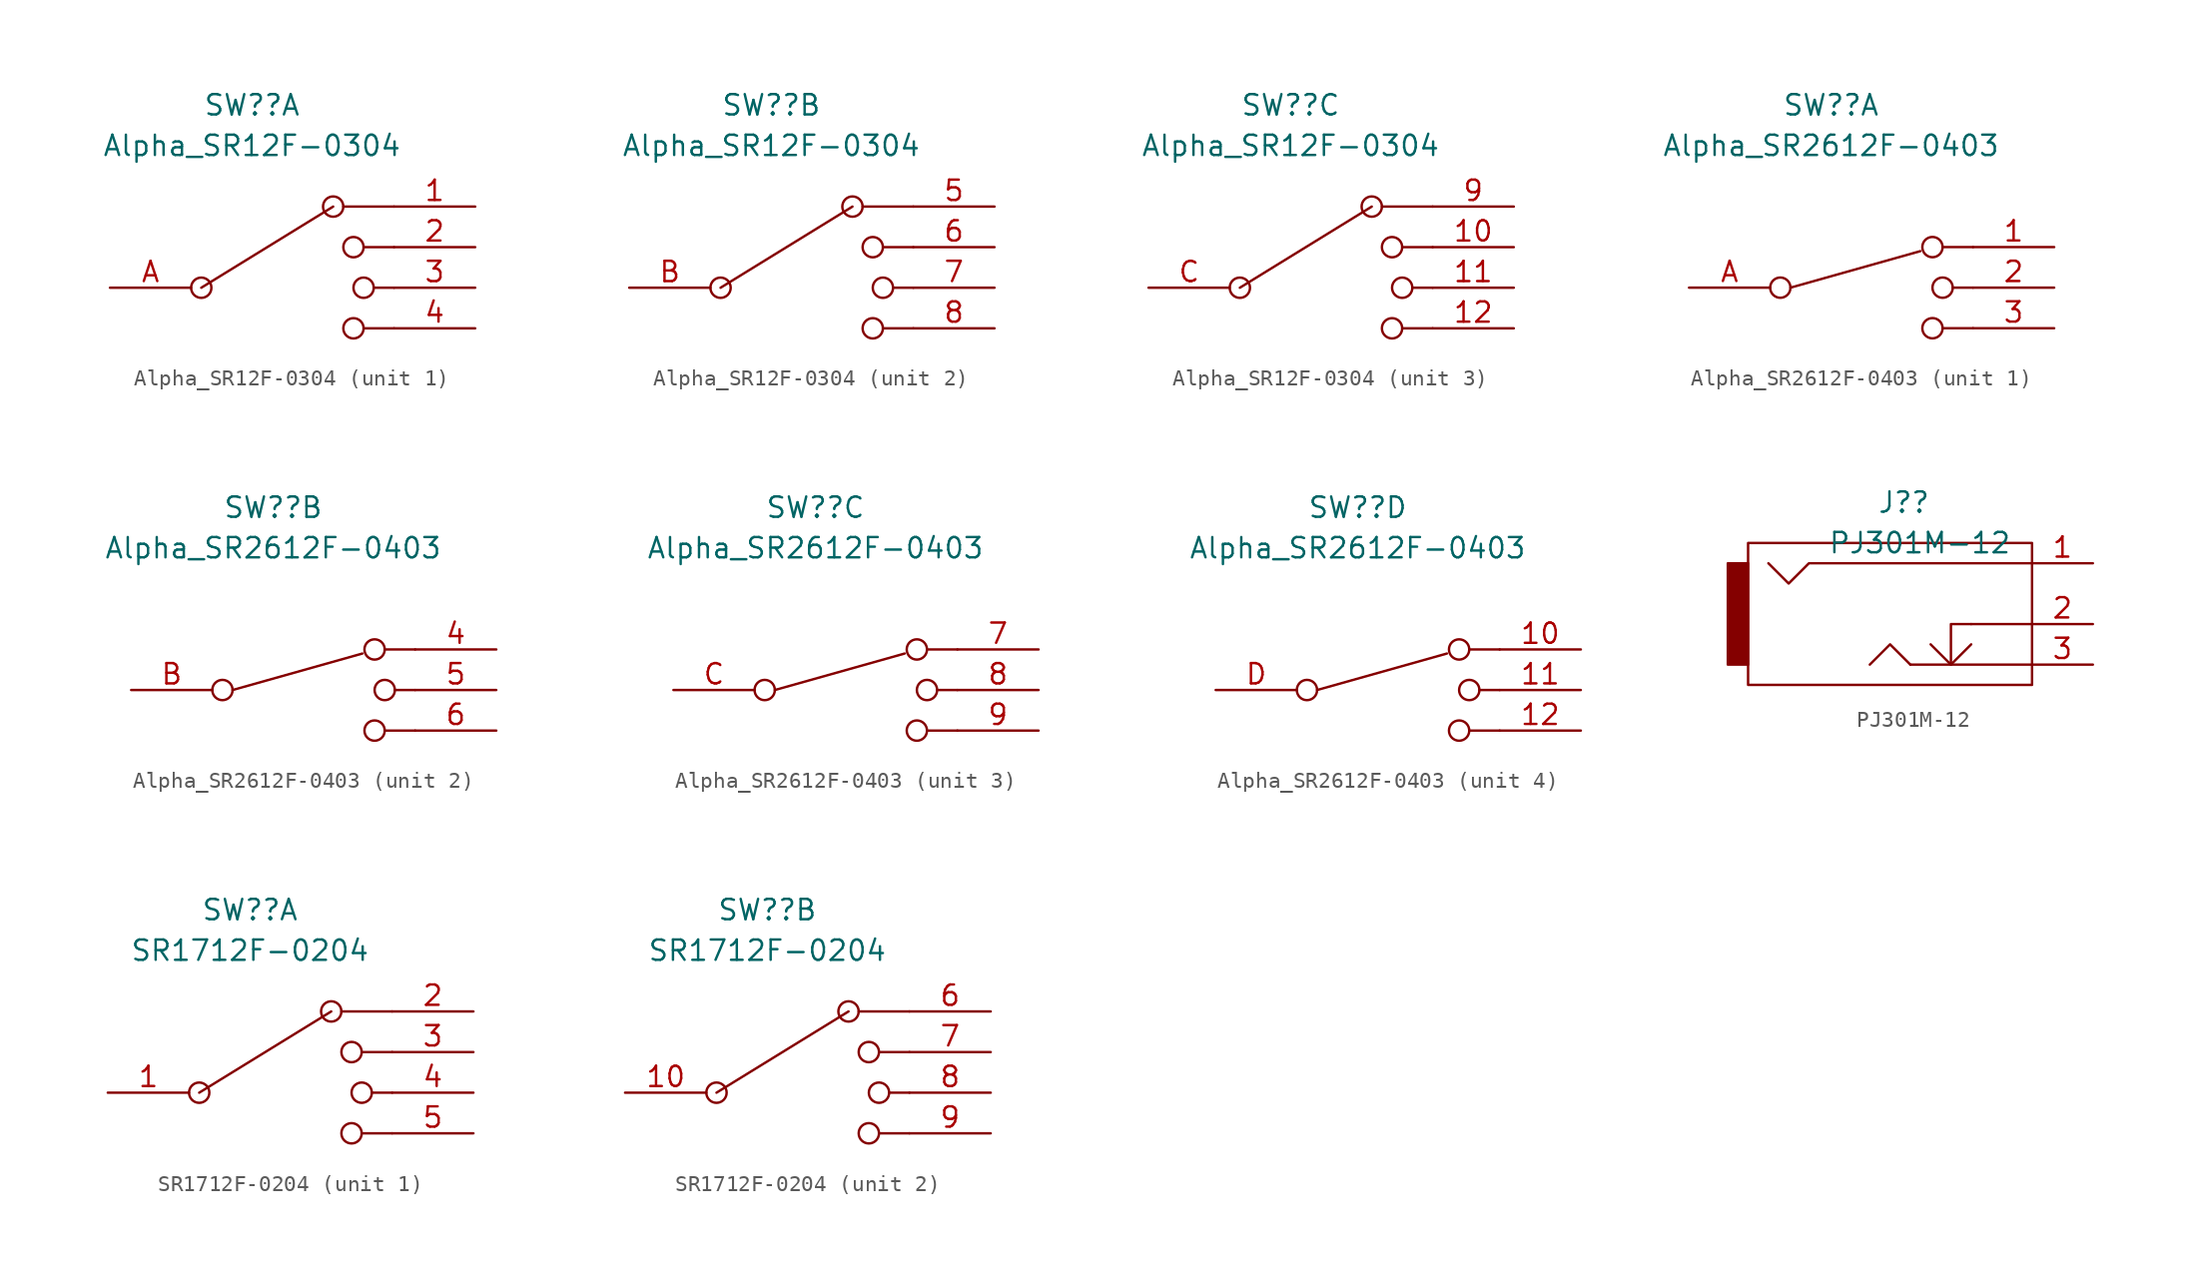
<source format=kicad_sym>
(kicad_symbol_lib
  (version 20211014)
  (generator kicad_symbol_editor)
  (symbol "Alpha_SR12F-0304"
    (pin_names
      (offset 1.016) hide)
    (property "Reference" "SW?"
      (at -1.27 11.43 0)
      (effects (font (size 1.27 1.27))))
    (property "Value" "Alpha_SR12F-0304"
      (at -1.27 8.89 0)
      (effects (font (size 1.27 1.27))))
    (property "ki_locked" ""
      (at 0 0 0)
      (effects (font (size 1.27 1.27))))
    (symbol "Alpha_SR12F-0304_0_0"
      (circle (center -4.445 0) (radius 0.635) (stroke (width 0) (type default) (color 0 0 0 0)) (fill (type none)))
      (polyline (pts (xy -4.445 0) (xy 3.81 5.08)) (stroke (width 0) (type default) (color 0 0 0 0)) (fill (type none)))
      (polyline (pts (xy 4.445 5.08) (xy 7.62 5.08)) (stroke (width 0) (type default) (color 0 0 0 0)) (fill (type none)))
      (polyline (pts (xy 5.715 -2.54) (xy 7.62 -2.54)) (stroke (width 0) (type default) (color 0 0 0 0)) (fill (type none)))
      (polyline (pts (xy 5.715 2.54) (xy 7.62 2.54)) (stroke (width 0) (type default) (color 0 0 0 0)) (fill (type none)))
      (polyline (pts (xy 6.35 0) (xy 7.62 0)) (stroke (width 0) (type default) (color 0 0 0 0)) (fill (type none)))
      (circle (center 3.81 5.08) (radius 0.635) (stroke (width 0) (type default) (color 0 0 0 0)) (fill (type none)))
      (circle (center 5.08 -2.54) (radius 0.635) (stroke (width 0) (type default) (color 0 0 0 0)) (fill (type none)))
      (circle (center 5.08 2.54) (radius 0.635) (stroke (width 0) (type default) (color 0 0 0 0)) (fill (type none)))
      (circle (center 5.715 0) (radius 0.635) (stroke (width 0) (type default) (color 0 0 0 0)) (fill (type none))))
    (symbol "Alpha_SR12F-0304_1_1"
      (pin passive line (at 12.7 5.08 180) (length 5.08) (name "1" (effects (font (size 1.27 1.27)))) (number "1" (effects (font (size 1.27 1.27)))))
      (pin passive line (at 12.7 2.54 180) (length 5.08) (name "2" (effects (font (size 1.27 1.27)))) (number "2" (effects (font (size 1.27 1.27)))))
      (pin passive line (at 12.7 0 180) (length 5.08) (name "3" (effects (font (size 1.27 1.27)))) (number "3" (effects (font (size 1.27 1.27)))))
      (pin passive line (at 12.7 -2.54 180) (length 5.08) (name "4" (effects (font (size 1.27 1.27)))) (number "4" (effects (font (size 1.27 1.27)))))
      (pin passive line (at -10.16 0 0) (length 5.08) (name "13" (effects (font (size 1.27 1.27)))) (number "A" (effects (font (size 1.27 1.27))))))
    (symbol "Alpha_SR12F-0304_2_1"
      (pin passive line (at 12.7 5.08 180) (length 5.08) (name "5" (effects (font (size 1.27 1.27)))) (number "5" (effects (font (size 1.27 1.27)))))
      (pin passive line (at 12.7 2.54 180) (length 5.08) (name "6" (effects (font (size 1.27 1.27)))) (number "6" (effects (font (size 1.27 1.27)))))
      (pin passive line (at 12.7 0 180) (length 5.08) (name "7" (effects (font (size 1.27 1.27)))) (number "7" (effects (font (size 1.27 1.27)))))
      (pin passive line (at 12.7 -2.54 180) (length 5.08) (name "8" (effects (font (size 1.27 1.27)))) (number "8" (effects (font (size 1.27 1.27)))))
      (pin passive line (at -10.16 0 0) (length 5.08) (name "14" (effects (font (size 1.27 1.27)))) (number "B" (effects (font (size 1.27 1.27))))))
    (symbol "Alpha_SR12F-0304_3_1"
      (pin passive line (at 12.7 2.54 180) (length 5.08) (name "10" (effects (font (size 1.27 1.27)))) (number "10" (effects (font (size 1.27 1.27)))))
      (pin passive line (at 12.7 0 180) (length 5.08) (name "11" (effects (font (size 1.27 1.27)))) (number "11" (effects (font (size 1.27 1.27)))))
      (pin passive line (at 12.7 -2.54 180) (length 5.08) (name "12" (effects (font (size 1.27 1.27)))) (number "12" (effects (font (size 1.27 1.27)))))
      (pin passive line (at 12.7 5.08 180) (length 5.08) (name "9" (effects (font (size 1.27 1.27)))) (number "9" (effects (font (size 1.27 1.27)))))
      (pin passive line (at -10.16 0 0) (length 5.08) (name "15" (effects (font (size 1.27 1.27)))) (number "C" (effects (font (size 1.27 1.27)))))))
  (symbol "Alpha_SR2612F-0403"
    (pin_names
      (offset 1.016) hide)
    (property "Reference" "SW?"
      (at -1.27 11.43 0)
      (effects (font (size 1.27 1.27))))
    (property "Value" "Alpha_SR2612F-0403"
      (at -1.27 8.89 0)
      (effects (font (size 1.27 1.27))))
    (property "ki_locked" ""
      (at 0 0 0)
      (effects (font (size 1.27 1.27))))
    (symbol "Alpha_SR2612F-0403_0_0"
      (circle (center -4.445 0) (radius 0.635) (stroke (width 0) (type default) (color 0 0 0 0)) (fill (type none)))
      (polyline (pts (xy 5.715 -2.54) (xy 7.62 -2.54)) (stroke (width 0) (type default) (color 0 0 0 0)) (fill (type none)))
      (polyline (pts (xy 5.715 2.54) (xy 7.62 2.54)) (stroke (width 0) (type default) (color 0 0 0 0)) (fill (type none)))
      (polyline (pts (xy 6.35 0) (xy 7.62 0)) (stroke (width 0) (type default) (color 0 0 0 0)) (fill (type none)))
      (circle (center 5.08 -2.54) (radius 0.635) (stroke (width 0) (type default) (color 0 0 0 0)) (fill (type none)))
      (circle (center 5.08 2.54) (radius 0.635) (stroke (width 0) (type default) (color 0 0 0 0)) (fill (type none)))
      (circle (center 5.715 0) (radius 0.635) (stroke (width 0) (type default) (color 0 0 0 0)) (fill (type none))))
    (symbol "Alpha_SR2612F-0403_0_1"
      (polyline (pts (xy -3.81 0) (xy 4.318 2.286)) (stroke (width 0) (type default) (color 0 0 0 0)) (fill (type none))))
    (symbol "Alpha_SR2612F-0403_1_1"
      (pin passive line (at 12.7 2.54 180) (length 5.08) (name "1" (effects (font (size 1.27 1.27)))) (number "1" (effects (font (size 1.27 1.27)))))
      (pin passive line (at 12.7 0 180) (length 5.08) (name "2" (effects (font (size 1.27 1.27)))) (number "2" (effects (font (size 1.27 1.27)))))
      (pin passive line (at 12.7 -2.54 180) (length 5.08) (name "3" (effects (font (size 1.27 1.27)))) (number "3" (effects (font (size 1.27 1.27)))))
      (pin passive line (at -10.16 0 0) (length 5.08) (name "13" (effects (font (size 1.27 1.27)))) (number "A" (effects (font (size 1.27 1.27))))))
    (symbol "Alpha_SR2612F-0403_2_1"
      (pin passive line (at 12.7 2.54 180) (length 5.08) (name "4" (effects (font (size 1.27 1.27)))) (number "4" (effects (font (size 1.27 1.27)))))
      (pin passive line (at 12.7 0 180) (length 5.08) (name "5" (effects (font (size 1.27 1.27)))) (number "5" (effects (font (size 1.27 1.27)))))
      (pin passive line (at 12.7 -2.54 180) (length 5.08) (name "6" (effects (font (size 1.27 1.27)))) (number "6" (effects (font (size 1.27 1.27)))))
      (pin passive line (at -10.16 0 0) (length 5.08) (name "14" (effects (font (size 1.27 1.27)))) (number "B" (effects (font (size 1.27 1.27))))))
    (symbol "Alpha_SR2612F-0403_3_1"
      (pin passive line (at 12.7 2.54 180) (length 5.08) (name "7" (effects (font (size 1.27 1.27)))) (number "7" (effects (font (size 1.27 1.27)))))
      (pin passive line (at 12.7 0 180) (length 5.08) (name "8" (effects (font (size 1.27 1.27)))) (number "8" (effects (font (size 1.27 1.27)))))
      (pin passive line (at 12.7 -2.54 180) (length 5.08) (name "9" (effects (font (size 1.27 1.27)))) (number "9" (effects (font (size 1.27 1.27)))))
      (pin passive line (at -10.16 0 0) (length 5.08) (name "15" (effects (font (size 1.27 1.27)))) (number "C" (effects (font (size 1.27 1.27))))))
    (symbol "Alpha_SR2612F-0403_4_1"
      (pin passive line (at 12.7 2.54 180) (length 5.08) (name "10" (effects (font (size 1.27 1.27)))) (number "10" (effects (font (size 1.27 1.27)))))
      (pin passive line (at 12.7 0 180) (length 5.08) (name "11" (effects (font (size 1.27 1.27)))) (number "11" (effects (font (size 1.27 1.27)))))
      (pin passive line (at 12.7 -2.54 180) (length 5.08) (name "12" (effects (font (size 1.27 1.27)))) (number "12" (effects (font (size 1.27 1.27)))))
      (pin passive line (at -10.16 0 0) (length 5.08) (name "13" (effects (font (size 1.27 1.27)))) (number "D" (effects (font (size 1.27 1.27)))))))
  (symbol "PJ301M-12"
    (pin_names
      (offset 1.016))
    (property "Reference" "J?"
      (at 1.27 7.62 0)
      (effects (font (size 1.27 1.27)) (justify right)))
    (property "Value" "PJ301M-12"
      (at 6.35 5.08 0)
      (effects (font (size 1.27 1.27)) (justify right)))
    (property "Datasheet" ""
      (at 0 0 0)
      (effects (font (size 1.27 1.27))))
    (symbol "PJ301M-12_0_1"
      (rectangle (start -11.43 3.81) (end -10.16 -2.54) (stroke (width 0) (type default) (color 0 0 0 0)) (fill (type outline)))
      (polyline (pts (xy 3.81 0) (xy 7.62 0) (xy 7.62 0)) (stroke (width 0) (type default) (color 0 0 0 0)) (fill (type none)))
      (polyline (pts (xy 0 -2.54) (xy -1.27 -1.27) (xy -2.54 -2.54) (xy -2.54 -2.54)) (stroke (width 0) (type default) (color 0 0 0 0)) (fill (type none)))
      (polyline (pts (xy 0 -2.54) (xy 7.62 -2.54) (xy 7.62 -2.54) (xy 7.62 -2.54)) (stroke (width 0) (type default) (color 0 0 0 0)) (fill (type none)))
      (polyline (pts (xy 1.27 -1.27) (xy 2.54 -2.54) (xy 3.81 -1.27) (xy 3.81 -1.27)) (stroke (width 0) (type default) (color 0 0 0 0)) (fill (type none)))
      (polyline (pts (xy 3.81 0) (xy 2.54 0) (xy 2.54 -2.54) (xy 2.54 -2.54)) (stroke (width 0) (type default) (color 0 0 0 0)) (fill (type none)))
      (polyline (pts (xy 7.62 3.81) (xy -6.35 3.81) (xy -7.62 2.54) (xy -8.89 3.81) (xy -8.89 3.81)) (stroke (width 0) (type default) (color 0 0 0 0)) (fill (type none)))
      (rectangle (start 7.62 -3.81) (end -10.16 5.08) (stroke (width 0) (type default) (color 0 0 0 0)) (fill (type none))))
    (symbol "PJ301M-12_1_1"
      (pin passive line (at 11.43 3.81 180) (length 3.81) (name "~" (effects (font (size 1.27 1.27)))) (number "1" (effects (font (size 1.27 1.27)))))
      (pin passive line (at 11.43 0 180) (length 3.81) (name "~" (effects (font (size 1.27 1.27)))) (number "2" (effects (font (size 1.27 1.27)))))
      (pin passive line (at 11.43 -2.54 180) (length 3.81) (name "~" (effects (font (size 1.27 1.27)))) (number "3" (effects (font (size 1.27 1.27)))))))
  (symbol "SR1712F-0204"
    (pin_names
      (offset 1.016) hide)
    (property "Reference" "SW?"
      (at -1.27 11.43 0)
      (effects (font (size 1.27 1.27))))
    (property "Value" "SR1712F-0204"
      (at -1.27 8.89 0)
      (effects (font (size 1.27 1.27))))
    (property "ki_locked" ""
      (at 0 0 0)
      (effects (font (size 1.27 1.27))))
    (symbol "SR1712F-0204_0_0"
      (circle (center -4.445 0) (radius 0.635) (stroke (width 0) (type default) (color 0 0 0 0)) (fill (type none)))
      (polyline (pts (xy -4.445 0) (xy 3.81 5.08)) (stroke (width 0) (type default) (color 0 0 0 0)) (fill (type none)))
      (polyline (pts (xy 4.445 5.08) (xy 7.62 5.08)) (stroke (width 0) (type default) (color 0 0 0 0)) (fill (type none)))
      (polyline (pts (xy 5.715 -2.54) (xy 7.62 -2.54)) (stroke (width 0) (type default) (color 0 0 0 0)) (fill (type none)))
      (polyline (pts (xy 5.715 2.54) (xy 7.62 2.54)) (stroke (width 0) (type default) (color 0 0 0 0)) (fill (type none)))
      (polyline (pts (xy 6.35 0) (xy 7.62 0)) (stroke (width 0) (type default) (color 0 0 0 0)) (fill (type none)))
      (circle (center 3.81 5.08) (radius 0.635) (stroke (width 0) (type default) (color 0 0 0 0)) (fill (type none)))
      (circle (center 5.08 -2.54) (radius 0.635) (stroke (width 0) (type default) (color 0 0 0 0)) (fill (type none)))
      (circle (center 5.08 2.54) (radius 0.635) (stroke (width 0) (type default) (color 0 0 0 0)) (fill (type none)))
      (circle (center 5.715 0) (radius 0.635) (stroke (width 0) (type default) (color 0 0 0 0)) (fill (type none))))
    (symbol "SR1712F-0204_1_1"
      (pin passive line (at -10.16 0 0) (length 5.08) (name "1" (effects (font (size 1.27 1.27)))) (number "1" (effects (font (size 1.27 1.27)))))
      (pin passive line (at 12.7 5.08 180) (length 5.08) (name "2" (effects (font (size 1.27 1.27)))) (number "2" (effects (font (size 1.27 1.27)))))
      (pin passive line (at 12.7 2.54 180) (length 5.08) (name "3" (effects (font (size 1.27 1.27)))) (number "3" (effects (font (size 1.27 1.27)))))
      (pin passive line (at 12.7 0 180) (length 5.08) (name "4" (effects (font (size 1.27 1.27)))) (number "4" (effects (font (size 1.27 1.27)))))
      (pin passive line (at 12.7 -2.54 180) (length 5.08) (name "5" (effects (font (size 1.27 1.27)))) (number "5" (effects (font (size 1.27 1.27))))))
    (symbol "SR1712F-0204_2_1"
      (pin passive line (at -10.16 0 0) (length 5.08) (name "10" (effects (font (size 1.27 1.27)))) (number "10" (effects (font (size 1.27 1.27)))))
      (pin passive line (at 12.7 5.08 180) (length 5.08) (name "6" (effects (font (size 1.27 1.27)))) (number "6" (effects (font (size 1.27 1.27)))))
      (pin passive line (at 12.7 2.54 180) (length 5.08) (name "7" (effects (font (size 1.27 1.27)))) (number "7" (effects (font (size 1.27 1.27)))))
      (pin passive line (at 12.7 0 180) (length 5.08) (name "8" (effects (font (size 1.27 1.27)))) (number "8" (effects (font (size 1.27 1.27)))))
      (pin passive line (at 12.7 -2.54 180) (length 5.08) (name "9" (effects (font (size 1.27 1.27)))) (number "9" (effects (font (size 1.27 1.27))))))))
</source>
